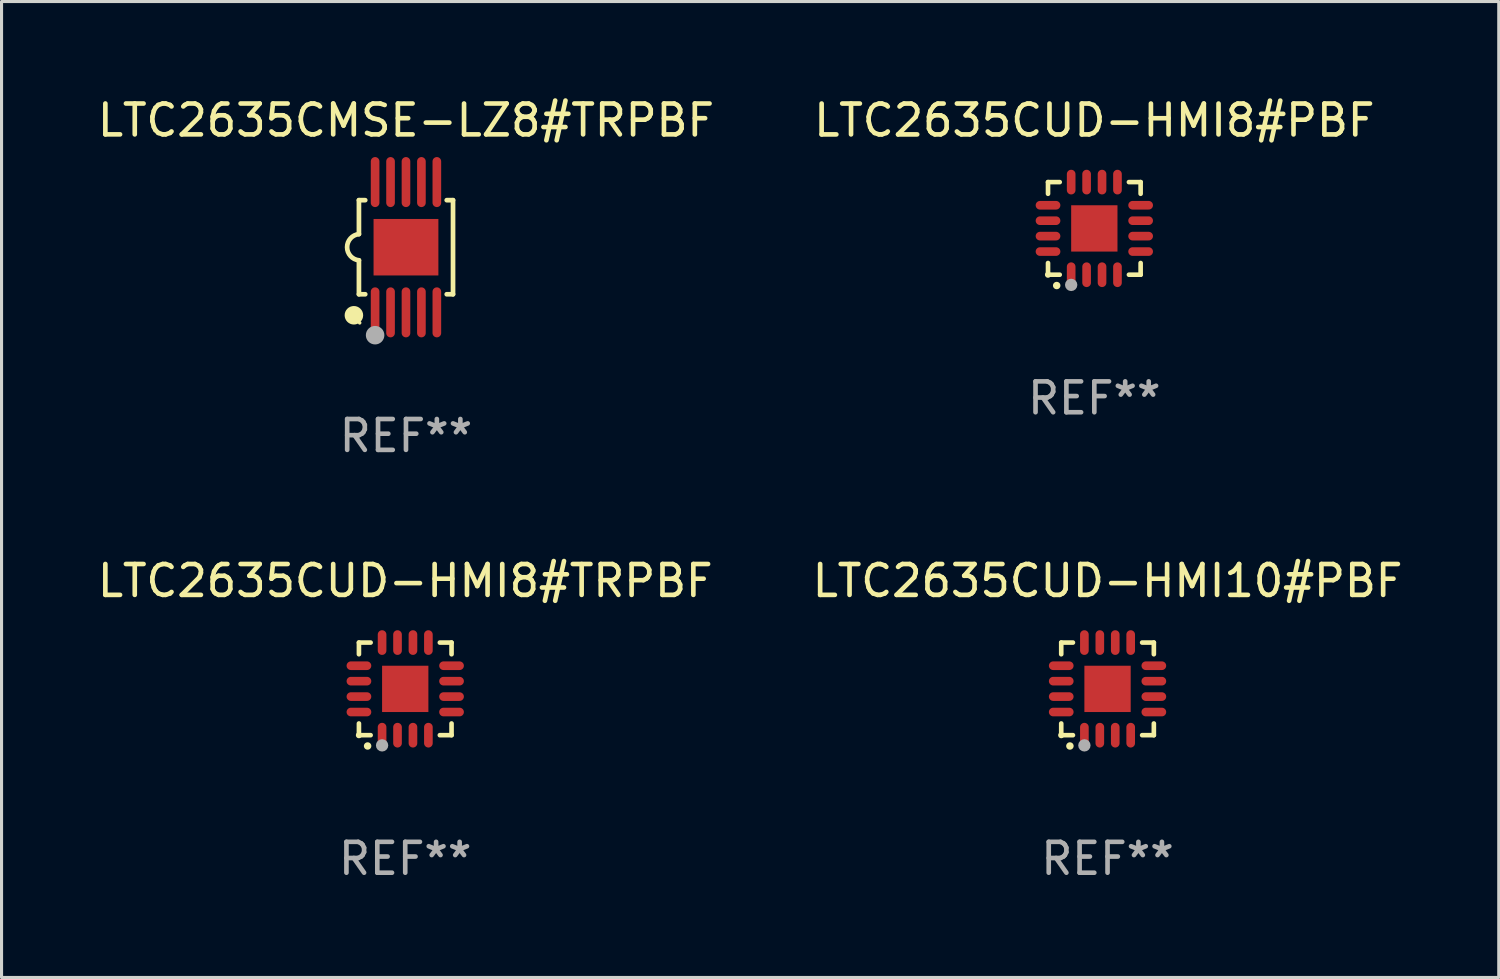
<source format=kicad_pcb>
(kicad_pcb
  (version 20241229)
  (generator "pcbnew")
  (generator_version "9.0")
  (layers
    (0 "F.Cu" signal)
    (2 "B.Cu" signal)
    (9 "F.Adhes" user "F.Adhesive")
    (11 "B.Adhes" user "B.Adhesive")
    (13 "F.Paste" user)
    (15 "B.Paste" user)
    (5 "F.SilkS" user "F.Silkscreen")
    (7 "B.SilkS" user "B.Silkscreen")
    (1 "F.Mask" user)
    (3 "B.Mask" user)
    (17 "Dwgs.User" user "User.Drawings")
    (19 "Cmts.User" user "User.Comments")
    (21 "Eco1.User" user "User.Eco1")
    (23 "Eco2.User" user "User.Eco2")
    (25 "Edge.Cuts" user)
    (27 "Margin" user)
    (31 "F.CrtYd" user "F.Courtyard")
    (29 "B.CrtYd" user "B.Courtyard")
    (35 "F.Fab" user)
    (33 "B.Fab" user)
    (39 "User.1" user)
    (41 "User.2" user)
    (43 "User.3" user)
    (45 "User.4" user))
  (footprint "LTC2635CUD-HMI8#TRPBF"
    (layer "F.Cu")
    (at 10.077 19.265)
    (property "Reference" "LTC2635CUD-HMI8#TRPBF" (at 0 -3.5 0) (layer "F.SilkS") (effects (font (size 1 1) (thickness 0.15))))
    (attr through_hole)
    (fp_line (start -1.5 -1.5) (end -1.121 -1.5) (stroke (width 0.15) (type solid)) (layer "F.SilkS"))
    (fp_line (start -1.5 -1.122) (end -1.5 -1.5) (stroke (width 0.15) (type solid)) (layer "F.SilkS"))
    (fp_line (start -1.5 1.5) (end -1.5 1.121) (stroke (width 0.15) (type solid)) (layer "F.SilkS"))
    (fp_line (start -1.121 1.5) (end -1.5 1.5) (stroke (width 0.15) (type solid)) (layer "F.SilkS"))
    (fp_line (start 1.121 -1.5) (end 1.5 -1.5) (stroke (width 0.15) (type solid)) (layer "F.SilkS"))
    (fp_line (start 1.5 -1.5) (end 1.5 -1.122) (stroke (width 0.15) (type solid)) (layer "F.SilkS"))
    (fp_line (start 1.5 1.121) (end 1.5 1.5) (stroke (width 0.15) (type solid)) (layer "F.SilkS"))
    (fp_line (start 1.5 1.5) (end 1.121 1.5) (stroke (width 0.15) (type solid)) (layer "F.SilkS"))
    (fp_arc (start -1.219926 1.850254) (mid -1.21891 1.85025) (end -1.217894 1.850254) (stroke (width 0.240005) (type solid)) (layer "F.SilkS"))
    (fp_circle (center -1.5 1.5) (end -1.45 1.5) (stroke (width 0.1) (type solid)) (fill no) (layer "F.SilkS"))
    (fp_circle (center -0.75 1.83) (end -0.65 1.83) (stroke (width 0.2) (type solid)) (fill no) (layer "F.Fab"))
    (fp_text user "REF**" (at 0 5.5 0) (layer "F.Fab") (effects (font (size 1 1) (thickness 0.15))))
    (pad "1" smd oval (at -0.75 1.5) (size 0.28 0.8) (layers "F.Cu" "F.Mask" "F.Paste"))
    (pad "2" smd oval (at -0.25 1.5) (size 0.28 0.8) (layers "F.Cu" "F.Mask" "F.Paste"))
    (pad "3" smd oval (at 0.25 1.5) (size 0.28 0.8) (layers "F.Cu" "F.Mask" "F.Paste"))
    (pad "4" smd oval (at 0.75 1.5) (size 0.28 0.8) (layers "F.Cu" "F.Mask" "F.Paste"))
    (pad "5" smd oval (at 1.5 0.75) (size 0.8 0.28) (layers "F.Cu" "F.Mask" "F.Paste"))
    (pad "6" smd oval (at 1.5 0.25) (size 0.8 0.28) (layers "F.Cu" "F.Mask" "F.Paste"))
    (pad "7" smd oval (at 1.5 -0.25) (size 0.8 0.28) (layers "F.Cu" "F.Mask" "F.Paste"))
    (pad "8" smd oval (at 1.5 -0.75) (size 0.8 0.28) (layers "F.Cu" "F.Mask" "F.Paste"))
    (pad "9" smd oval (at 0.75 -1.5) (size 0.28 0.8) (layers "F.Cu" "F.Mask" "F.Paste"))
    (pad "10" smd oval (at 0.25 -1.5) (size 0.28 0.8) (layers "F.Cu" "F.Mask" "F.Paste"))
    (pad "11" smd oval (at -0.25 -1.5) (size 0.28 0.8) (layers "F.Cu" "F.Mask" "F.Paste"))
    (pad "12" smd oval (at -0.75 -1.5) (size 0.28 0.8) (layers "F.Cu" "F.Mask" "F.Paste"))
    (pad "13" smd oval (at -1.5 -0.75) (size 0.8 0.28) (layers "F.Cu" "F.Mask" "F.Paste"))
    (pad "14" smd oval (at -1.5 -0.25) (size 0.8 0.28) (layers "F.Cu" "F.Mask" "F.Paste"))
    (pad "15" smd oval (at -1.5 0.25) (size 0.8 0.28) (layers "F.Cu" "F.Mask" "F.Paste"))
    (pad "16" smd oval (at -1.5 0.75) (size 0.8 0.28) (layers "F.Cu" "F.Mask" "F.Paste"))
    (pad "17" smd rect (at -0.000064 0.000165) (size 1.5 1.5) (layers "F.Cu" "F.Mask" "F.Paste")))
  (footprint "LTC2635CUD-HMI10#PBF"
    (layer "F.Cu")
    (at 32.827 19.265)
    (property "Reference" "LTC2635CUD-HMI10#PBF" (at 0 -3.5 0) (layer "F.SilkS") (effects (font (size 1 1) (thickness 0.15))))
    (attr through_hole)
    (fp_line (start -1.5 -1.5) (end -1.121 -1.5) (stroke (width 0.15) (type solid)) (layer "F.SilkS"))
    (fp_line (start -1.5 -1.122) (end -1.5 -1.5) (stroke (width 0.15) (type solid)) (layer "F.SilkS"))
    (fp_line (start -1.5 1.5) (end -1.5 1.121) (stroke (width 0.15) (type solid)) (layer "F.SilkS"))
    (fp_line (start -1.121 1.5) (end -1.5 1.5) (stroke (width 0.15) (type solid)) (layer "F.SilkS"))
    (fp_line (start 1.121 -1.5) (end 1.5 -1.5) (stroke (width 0.15) (type solid)) (layer "F.SilkS"))
    (fp_line (start 1.5 -1.5) (end 1.5 -1.122) (stroke (width 0.15) (type solid)) (layer "F.SilkS"))
    (fp_line (start 1.5 1.121) (end 1.5 1.5) (stroke (width 0.15) (type solid)) (layer "F.SilkS"))
    (fp_line (start 1.5 1.5) (end 1.121 1.5) (stroke (width 0.15) (type solid)) (layer "F.SilkS"))
    (fp_arc (start -1.219926 1.850254) (mid -1.21891 1.85025) (end -1.217894 1.850254) (stroke (width 0.240005) (type solid)) (layer "F.SilkS"))
    (fp_circle (center -1.5 1.5) (end -1.45 1.5) (stroke (width 0.1) (type solid)) (fill no) (layer "F.SilkS"))
    (fp_circle (center -0.75 1.83) (end -0.65 1.83) (stroke (width 0.2) (type solid)) (fill no) (layer "F.Fab"))
    (fp_text user "REF**" (at 0 5.5 0) (layer "F.Fab") (effects (font (size 1 1) (thickness 0.15))))
    (pad "1" smd oval (at -0.75 1.5) (size 0.28 0.8) (layers "F.Cu" "F.Mask" "F.Paste"))
    (pad "2" smd oval (at -0.25 1.5) (size 0.28 0.8) (layers "F.Cu" "F.Mask" "F.Paste"))
    (pad "3" smd oval (at 0.25 1.5) (size 0.28 0.8) (layers "F.Cu" "F.Mask" "F.Paste"))
    (pad "4" smd oval (at 0.75 1.5) (size 0.28 0.8) (layers "F.Cu" "F.Mask" "F.Paste"))
    (pad "5" smd oval (at 1.5 0.75) (size 0.8 0.28) (layers "F.Cu" "F.Mask" "F.Paste"))
    (pad "6" smd oval (at 1.5 0.25) (size 0.8 0.28) (layers "F.Cu" "F.Mask" "F.Paste"))
    (pad "7" smd oval (at 1.5 -0.25) (size 0.8 0.28) (layers "F.Cu" "F.Mask" "F.Paste"))
    (pad "8" smd oval (at 1.5 -0.75) (size 0.8 0.28) (layers "F.Cu" "F.Mask" "F.Paste"))
    (pad "9" smd oval (at 0.75 -1.5) (size 0.28 0.8) (layers "F.Cu" "F.Mask" "F.Paste"))
    (pad "10" smd oval (at 0.25 -1.5) (size 0.28 0.8) (layers "F.Cu" "F.Mask" "F.Paste"))
    (pad "11" smd oval (at -0.25 -1.5) (size 0.28 0.8) (layers "F.Cu" "F.Mask" "F.Paste"))
    (pad "12" smd oval (at -0.75 -1.5) (size 0.28 0.8) (layers "F.Cu" "F.Mask" "F.Paste"))
    (pad "13" smd oval (at -1.5 -0.75) (size 0.8 0.28) (layers "F.Cu" "F.Mask" "F.Paste"))
    (pad "14" smd oval (at -1.5 -0.25) (size 0.8 0.28) (layers "F.Cu" "F.Mask" "F.Paste"))
    (pad "15" smd oval (at -1.5 0.25) (size 0.8 0.28) (layers "F.Cu" "F.Mask" "F.Paste"))
    (pad "16" smd oval (at -1.5 0.75) (size 0.8 0.28) (layers "F.Cu" "F.Mask" "F.Paste"))
    (pad "17" smd rect (at -0.000064 0.000165) (size 1.5 1.5) (layers "F.Cu" "F.Mask" "F.Paste")))
  (footprint "LTC2635CUD-HMI8#PBF"
    (layer "F.Cu")
    (at 32.399 4.349)
    (property "Reference" "LTC2635CUD-HMI8#PBF" (at 0 -3.5 0) (layer "F.SilkS") (effects (font (size 1 1) (thickness 0.15))))
    (attr through_hole)
    (fp_line (start -1.5 -1.5) (end -1.121 -1.5) (stroke (width 0.15) (type solid)) (layer "F.SilkS"))
    (fp_line (start -1.5 -1.122) (end -1.5 -1.5) (stroke (width 0.15) (type solid)) (layer "F.SilkS"))
    (fp_line (start -1.5 1.5) (end -1.5 1.121) (stroke (width 0.15) (type solid)) (layer "F.SilkS"))
    (fp_line (start -1.121 1.5) (end -1.5 1.5) (stroke (width 0.15) (type solid)) (layer "F.SilkS"))
    (fp_line (start 1.121 -1.5) (end 1.5 -1.5) (stroke (width 0.15) (type solid)) (layer "F.SilkS"))
    (fp_line (start 1.5 -1.5) (end 1.5 -1.122) (stroke (width 0.15) (type solid)) (layer "F.SilkS"))
    (fp_line (start 1.5 1.121) (end 1.5 1.5) (stroke (width 0.15) (type solid)) (layer "F.SilkS"))
    (fp_line (start 1.5 1.5) (end 1.121 1.5) (stroke (width 0.15) (type solid)) (layer "F.SilkS"))
    (fp_arc (start -1.219926 1.850254) (mid -1.21891 1.85025) (end -1.217894 1.850254) (stroke (width 0.240005) (type solid)) (layer "F.SilkS"))
    (fp_circle (center -1.5 1.5) (end -1.45 1.5) (stroke (width 0.1) (type solid)) (fill no) (layer "F.SilkS"))
    (fp_circle (center -0.75 1.83) (end -0.65 1.83) (stroke (width 0.2) (type solid)) (fill no) (layer "F.Fab"))
    (fp_text user "REF**" (at 0 5.5 0) (layer "F.Fab") (effects (font (size 1 1) (thickness 0.15))))
    (pad "1" smd oval (at -0.75 1.5) (size 0.28 0.8) (layers "F.Cu" "F.Mask" "F.Paste"))
    (pad "2" smd oval (at -0.25 1.5) (size 0.28 0.8) (layers "F.Cu" "F.Mask" "F.Paste"))
    (pad "3" smd oval (at 0.25 1.5) (size 0.28 0.8) (layers "F.Cu" "F.Mask" "F.Paste"))
    (pad "4" smd oval (at 0.75 1.5) (size 0.28 0.8) (layers "F.Cu" "F.Mask" "F.Paste"))
    (pad "5" smd oval (at 1.5 0.75) (size 0.8 0.28) (layers "F.Cu" "F.Mask" "F.Paste"))
    (pad "6" smd oval (at 1.5 0.25) (size 0.8 0.28) (layers "F.Cu" "F.Mask" "F.Paste"))
    (pad "7" smd oval (at 1.5 -0.25) (size 0.8 0.28) (layers "F.Cu" "F.Mask" "F.Paste"))
    (pad "8" smd oval (at 1.5 -0.75) (size 0.8 0.28) (layers "F.Cu" "F.Mask" "F.Paste"))
    (pad "9" smd oval (at 0.75 -1.5) (size 0.28 0.8) (layers "F.Cu" "F.Mask" "F.Paste"))
    (pad "10" smd oval (at 0.25 -1.5) (size 0.28 0.8) (layers "F.Cu" "F.Mask" "F.Paste"))
    (pad "11" smd oval (at -0.25 -1.5) (size 0.28 0.8) (layers "F.Cu" "F.Mask" "F.Paste"))
    (pad "12" smd oval (at -0.75 -1.5) (size 0.28 0.8) (layers "F.Cu" "F.Mask" "F.Paste"))
    (pad "13" smd oval (at -1.5 -0.75) (size 0.8 0.28) (layers "F.Cu" "F.Mask" "F.Paste"))
    (pad "14" smd oval (at -1.5 -0.25) (size 0.8 0.28) (layers "F.Cu" "F.Mask" "F.Paste"))
    (pad "15" smd oval (at -1.5 0.25) (size 0.8 0.28) (layers "F.Cu" "F.Mask" "F.Paste"))
    (pad "16" smd oval (at -1.5 0.75) (size 0.8 0.28) (layers "F.Cu" "F.Mask" "F.Paste"))
    (pad "17" smd rect (at -0.000064 0.000165) (size 1.5 1.5) (layers "F.Cu" "F.Mask" "F.Paste")))
  (footprint "LTC2635CMSE-LZ8#TRPBF"
    (layer "F.Cu")
    (at 10.101 4.958)
    (property "Reference" "LTC2635CMSE-LZ8#TRPBF" (at 0 -4.11 0) (layer "F.SilkS") (effects (font (size 1 1) (thickness 0.15))))
    (attr through_hole)
    (fp_line (start -1.524 -1.524) (end -1.524 -0.424) (stroke (width 0.152) (type solid)) (layer "F.SilkS"))
    (fp_line (start -1.524 1.524) (end -1.524 0.424) (stroke (width 0.152) (type solid)) (layer "F.SilkS"))
    (fp_line (start -1.524 1.524) (end -1.32 1.524) (stroke (width 0.152) (type solid)) (layer "F.SilkS"))
    (fp_line (start -1.32 -1.524) (end -1.524 -1.524) (stroke (width 0.152) (type solid)) (layer "F.SilkS"))
    (fp_line (start 1.32 1.524) (end 1.524 1.524) (stroke (width 0.152) (type solid)) (layer "F.SilkS"))
    (fp_line (start 1.524 -1.524) (end 1.32 -1.524) (stroke (width 0.152) (type solid)) (layer "F.SilkS"))
    (fp_line (start 1.524 1.524) (end 1.524 -1.524) (stroke (width 0.152) (type solid)) (layer "F.SilkS"))
    (fp_arc (start -1.524003 0.424003) (mid -1.906663 -0.000089) (end -1.524004 -0.424181) (stroke (width 0.151994) (type solid)) (layer "F.SilkS"))
    (fp_circle (center -1.687 2.205) (end -1.537 2.205) (stroke (width 0.3) (type solid)) (fill no) (layer "F.SilkS"))
    (fp_circle (center -1.5 2.45) (end -1.47 2.45) (stroke (width 0.06) (type solid)) (fill no) (layer "F.SilkS"))
    (fp_circle (center -1 2.85) (end -0.85 2.85) (stroke (width 0.3) (type solid)) (fill no) (layer "F.Fab"))
    (fp_text user "REF**" (at 0 6.11 0) (layer "F.Fab") (effects (font (size 1 1) (thickness 0.15))))
    (pad "1" smd oval (at -1 2.11) (size 0.28 1.62) (layers "F.Cu" "F.Mask" "F.Paste"))
    (pad "2" smd oval (at -0.5 2.11) (size 0.28 1.62) (layers "F.Cu" "F.Mask" "F.Paste"))
    (pad "3" smd oval (at 0 2.11) (size 0.28 1.62) (layers "F.Cu" "F.Mask" "F.Paste"))
    (pad "4" smd oval (at 0.5 2.11) (size 0.28 1.62) (layers "F.Cu" "F.Mask" "F.Paste"))
    (pad "5" smd oval (at 1 2.11) (size 0.28 1.62) (layers "F.Cu" "F.Mask" "F.Paste"))
    (pad "6" smd oval (at 1 -2.11) (size 0.28 1.62) (layers "F.Cu" "F.Mask" "F.Paste"))
    (pad "7" smd oval (at 0.5 -2.11) (size 0.28 1.62) (layers "F.Cu" "F.Mask" "F.Paste"))
    (pad "8" smd oval (at 0 -2.11) (size 0.28 1.62) (layers "F.Cu" "F.Mask" "F.Paste"))
    (pad "9" smd oval (at -0.5 -2.11) (size 0.28 1.62) (layers "F.Cu" "F.Mask" "F.Paste"))
    (pad "10" smd oval (at -1 -2.11) (size 0.28 1.62) (layers "F.Cu" "F.Mask" "F.Paste"))
    (pad "11" smd rect (at 0 0) (size 2.1 1.83) (layers "F.Cu" "F.Mask" "F.Paste")))
  (gr_rect
    (start -3 -3)
    (end 45.5 28.614)
    (stroke (width 0.1) (type default))
    (fill no)
    (layer "Edge.Cuts")))
</source>
